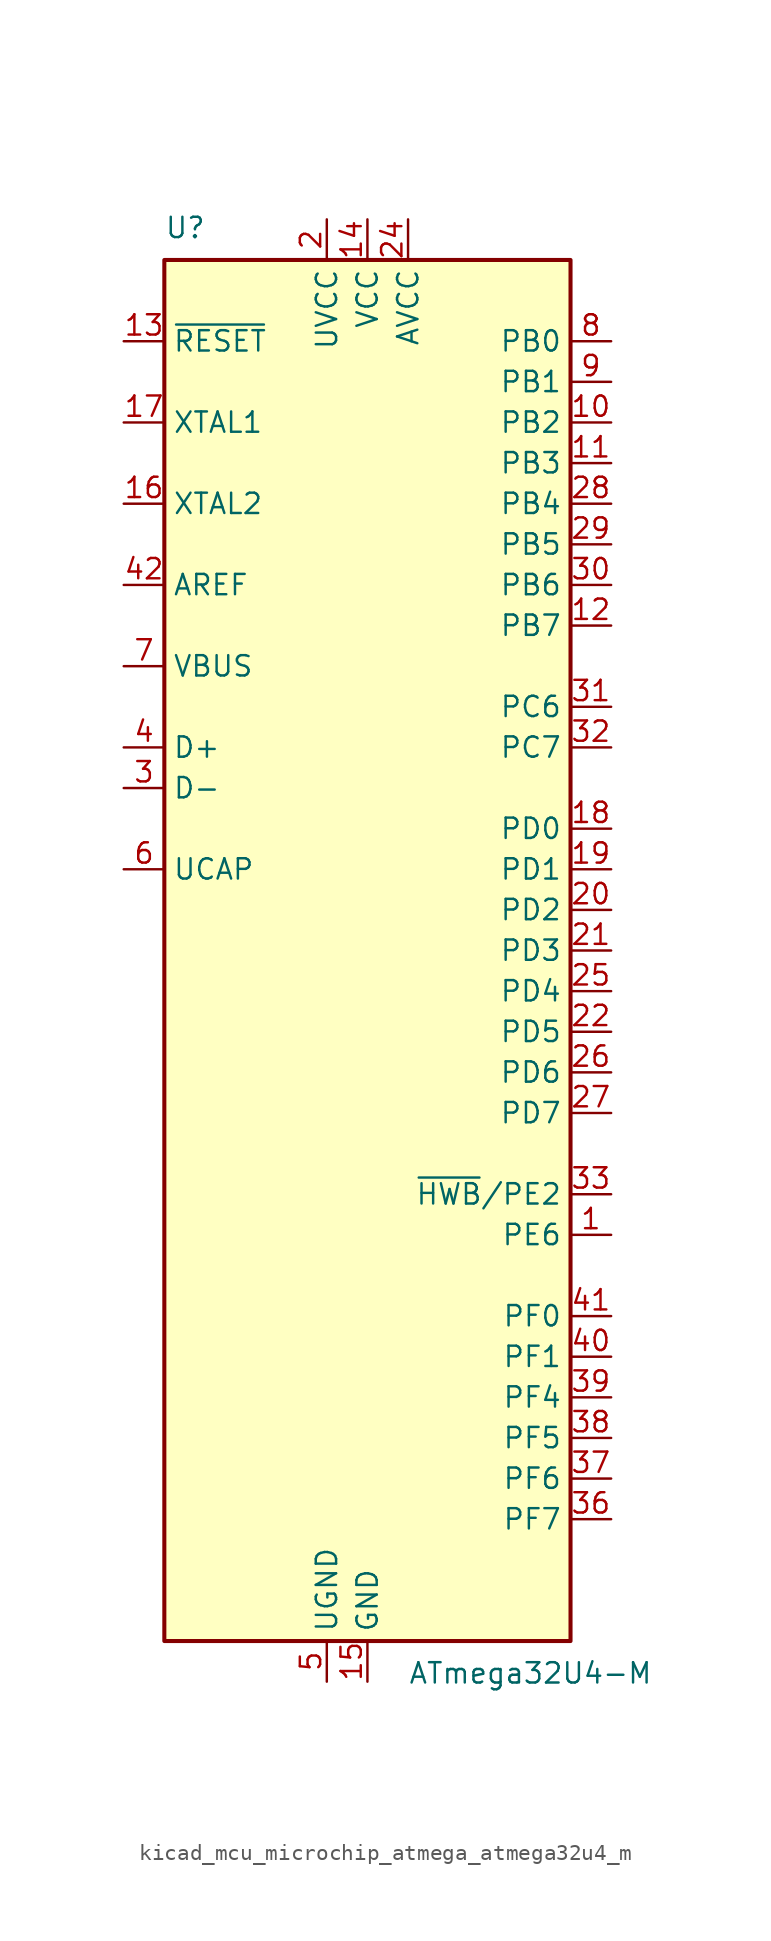
<source format=kicad_sym>
(kicad_symbol_lib
  (version 20220914)
  (generator kicad_symbol_editor)
  (symbol "kicad_mcu_microchip_atmega_atmega32u4_m"
    (property "Reference" "U"
      (at -12.7 44.45 0)
      (effects (font (size 1.27 1.27)) (justify left bottom)))
    (property "Value" "ATmega32U4-M"
      (at 2.54 -44.45 0)
      (effects (font (size 1.27 1.27)) (justify left top)))
    (symbol "kicad_mcu_microchip_atmega_atmega32u4_m_0_1"
      (rectangle (start -12.7 -43.18) (end 12.7 43.18) (stroke (width 0.254) (type default)) (fill (type background))))
    (symbol "kicad_mcu_microchip_atmega_atmega32u4_m_1_1"
      (pin bidirectional line (at 15.24 -17.78 180) (length 2.54) (name "PE6" (effects (font (size 1.27 1.27)))) (number "1" (effects (font (size 1.27 1.27)))))
      (pin bidirectional line (at 15.24 33.02 180) (length 2.54) (name "PB2" (effects (font (size 1.27 1.27)))) (number "10" (effects (font (size 1.27 1.27)))))
      (pin bidirectional line (at 15.24 30.48 180) (length 2.54) (name "PB3" (effects (font (size 1.27 1.27)))) (number "11" (effects (font (size 1.27 1.27)))))
      (pin bidirectional line (at 15.24 20.32 180) (length 2.54) (name "PB7" (effects (font (size 1.27 1.27)))) (number "12" (effects (font (size 1.27 1.27)))))
      (pin input line (at -15.24 38.1 0) (length 2.54) (name "~{RESET}" (effects (font (size 1.27 1.27)))) (number "13" (effects (font (size 1.27 1.27)))))
      (pin power_in line (at 0 45.72 270) (length 2.54) (name "VCC" (effects (font (size 1.27 1.27)))) (number "14" (effects (font (size 1.27 1.27)))))
      (pin power_in line (at 0 -45.72 90) (length 2.54) (name "GND" (effects (font (size 1.27 1.27)))) (number "15" (effects (font (size 1.27 1.27)))))
      (pin output line (at -15.24 27.94 0) (length 2.54) (name "XTAL2" (effects (font (size 1.27 1.27)))) (number "16" (effects (font (size 1.27 1.27)))))
      (pin input line (at -15.24 33.02 0) (length 2.54) (name "XTAL1" (effects (font (size 1.27 1.27)))) (number "17" (effects (font (size 1.27 1.27)))))
      (pin bidirectional line (at 15.24 7.62 180) (length 2.54) (name "PD0" (effects (font (size 1.27 1.27)))) (number "18" (effects (font (size 1.27 1.27)))))
      (pin bidirectional line (at 15.24 5.08 180) (length 2.54) (name "PD1" (effects (font (size 1.27 1.27)))) (number "19" (effects (font (size 1.27 1.27)))))
      (pin power_in line (at -2.54 45.72 270) (length 2.54) (name "UVCC" (effects (font (size 1.27 1.27)))) (number "2" (effects (font (size 1.27 1.27)))))
      (pin bidirectional line (at 15.24 2.54 180) (length 2.54) (name "PD2" (effects (font (size 1.27 1.27)))) (number "20" (effects (font (size 1.27 1.27)))))
      (pin bidirectional line (at 15.24 0 180) (length 2.54) (name "PD3" (effects (font (size 1.27 1.27)))) (number "21" (effects (font (size 1.27 1.27)))))
      (pin bidirectional line (at 15.24 -5.08 180) (length 2.54) (name "PD5" (effects (font (size 1.27 1.27)))) (number "22" (effects (font (size 1.27 1.27)))))
      (pin passive line (at 0 -45.72 90) (length 2.54) hide (name "GND" (effects (font (size 1.27 1.27)))) (number "23" (effects (font (size 1.27 1.27)))))
      (pin power_in line (at 2.54 45.72 270) (length 2.54) (name "AVCC" (effects (font (size 1.27 1.27)))) (number "24" (effects (font (size 1.27 1.27)))))
      (pin bidirectional line (at 15.24 -2.54 180) (length 2.54) (name "PD4" (effects (font (size 1.27 1.27)))) (number "25" (effects (font (size 1.27 1.27)))))
      (pin bidirectional line (at 15.24 -7.62 180) (length 2.54) (name "PD6" (effects (font (size 1.27 1.27)))) (number "26" (effects (font (size 1.27 1.27)))))
      (pin bidirectional line (at 15.24 -10.16 180) (length 2.54) (name "PD7" (effects (font (size 1.27 1.27)))) (number "27" (effects (font (size 1.27 1.27)))))
      (pin bidirectional line (at 15.24 27.94 180) (length 2.54) (name "PB4" (effects (font (size 1.27 1.27)))) (number "28" (effects (font (size 1.27 1.27)))))
      (pin bidirectional line (at 15.24 25.4 180) (length 2.54) (name "PB5" (effects (font (size 1.27 1.27)))) (number "29" (effects (font (size 1.27 1.27)))))
      (pin bidirectional line (at -15.24 10.16 0) (length 2.54) (name "D-" (effects (font (size 1.27 1.27)))) (number "3" (effects (font (size 1.27 1.27)))))
      (pin bidirectional line (at 15.24 22.86 180) (length 2.54) (name "PB6" (effects (font (size 1.27 1.27)))) (number "30" (effects (font (size 1.27 1.27)))))
      (pin bidirectional line (at 15.24 15.24 180) (length 2.54) (name "PC6" (effects (font (size 1.27 1.27)))) (number "31" (effects (font (size 1.27 1.27)))))
      (pin bidirectional line (at 15.24 12.7 180) (length 2.54) (name "PC7" (effects (font (size 1.27 1.27)))) (number "32" (effects (font (size 1.27 1.27)))))
      (pin bidirectional line (at 15.24 -15.24 180) (length 2.54) (name "~{HWB}/PE2" (effects (font (size 1.27 1.27)))) (number "33" (effects (font (size 1.27 1.27)))))
      (pin passive line (at 0 45.72 270) (length 2.54) hide (name "VCC" (effects (font (size 1.27 1.27)))) (number "34" (effects (font (size 1.27 1.27)))))
      (pin passive line (at 0 -45.72 90) (length 2.54) hide (name "GND" (effects (font (size 1.27 1.27)))) (number "35" (effects (font (size 1.27 1.27)))))
      (pin bidirectional line (at 15.24 -35.56 180) (length 2.54) (name "PF7" (effects (font (size 1.27 1.27)))) (number "36" (effects (font (size 1.27 1.27)))))
      (pin bidirectional line (at 15.24 -33.02 180) (length 2.54) (name "PF6" (effects (font (size 1.27 1.27)))) (number "37" (effects (font (size 1.27 1.27)))))
      (pin bidirectional line (at 15.24 -30.48 180) (length 2.54) (name "PF5" (effects (font (size 1.27 1.27)))) (number "38" (effects (font (size 1.27 1.27)))))
      (pin bidirectional line (at 15.24 -27.94 180) (length 2.54) (name "PF4" (effects (font (size 1.27 1.27)))) (number "39" (effects (font (size 1.27 1.27)))))
      (pin bidirectional line (at -15.24 12.7 0) (length 2.54) (name "D+" (effects (font (size 1.27 1.27)))) (number "4" (effects (font (size 1.27 1.27)))))
      (pin bidirectional line (at 15.24 -25.4 180) (length 2.54) (name "PF1" (effects (font (size 1.27 1.27)))) (number "40" (effects (font (size 1.27 1.27)))))
      (pin bidirectional line (at 15.24 -22.86 180) (length 2.54) (name "PF0" (effects (font (size 1.27 1.27)))) (number "41" (effects (font (size 1.27 1.27)))))
      (pin passive line (at -15.24 22.86 0) (length 2.54) (name "AREF" (effects (font (size 1.27 1.27)))) (number "42" (effects (font (size 1.27 1.27)))))
      (pin passive line (at 0 -45.72 90) (length 2.54) hide (name "GND" (effects (font (size 1.27 1.27)))) (number "43" (effects (font (size 1.27 1.27)))))
      (pin passive line (at 2.54 45.72 270) (length 2.54) hide (name "AVCC" (effects (font (size 1.27 1.27)))) (number "44" (effects (font (size 1.27 1.27)))))
      (pin passive line (at 0 -45.72 90) (length 2.54) hide (name "GND" (effects (font (size 1.27 1.27)))) (number "45" (effects (font (size 1.27 1.27)))))
      (pin passive line (at -2.54 -45.72 90) (length 2.54) (name "UGND" (effects (font (size 1.27 1.27)))) (number "5" (effects (font (size 1.27 1.27)))))
      (pin passive line (at -15.24 5.08 0) (length 2.54) (name "UCAP" (effects (font (size 1.27 1.27)))) (number "6" (effects (font (size 1.27 1.27)))))
      (pin input line (at -15.24 17.78 0) (length 2.54) (name "VBUS" (effects (font (size 1.27 1.27)))) (number "7" (effects (font (size 1.27 1.27)))))
      (pin bidirectional line (at 15.24 38.1 180) (length 2.54) (name "PB0" (effects (font (size 1.27 1.27)))) (number "8" (effects (font (size 1.27 1.27)))))
      (pin bidirectional line (at 15.24 35.56 180) (length 2.54) (name "PB1" (effects (font (size 1.27 1.27)))) (number "9" (effects (font (size 1.27 1.27))))))))
</source>
